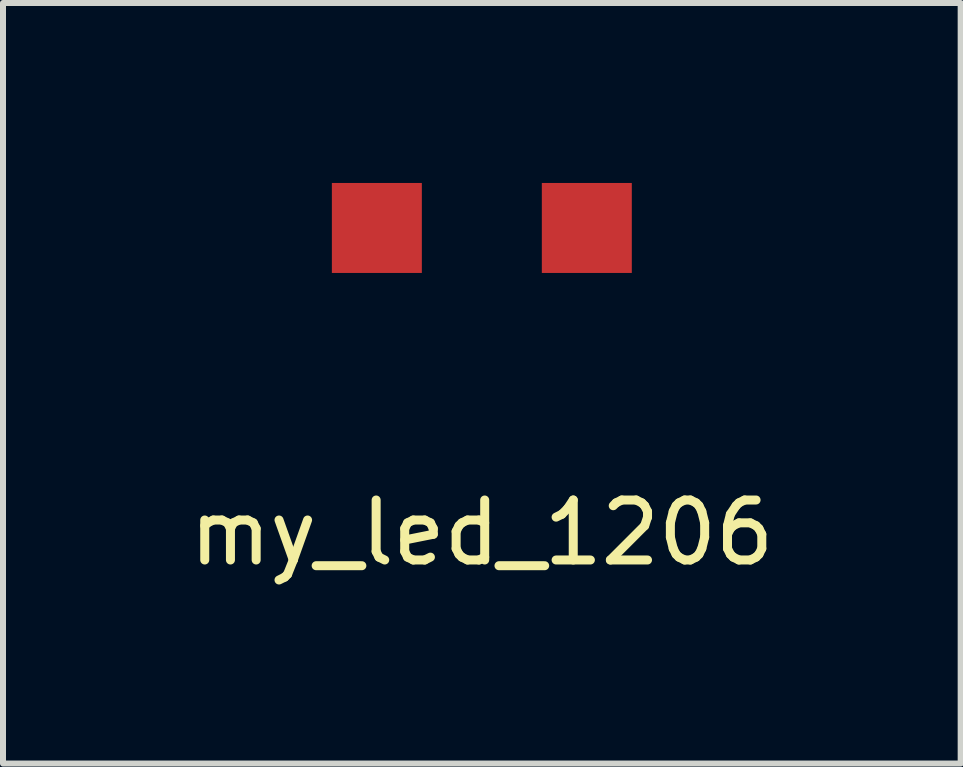
<source format=kicad_pcb>
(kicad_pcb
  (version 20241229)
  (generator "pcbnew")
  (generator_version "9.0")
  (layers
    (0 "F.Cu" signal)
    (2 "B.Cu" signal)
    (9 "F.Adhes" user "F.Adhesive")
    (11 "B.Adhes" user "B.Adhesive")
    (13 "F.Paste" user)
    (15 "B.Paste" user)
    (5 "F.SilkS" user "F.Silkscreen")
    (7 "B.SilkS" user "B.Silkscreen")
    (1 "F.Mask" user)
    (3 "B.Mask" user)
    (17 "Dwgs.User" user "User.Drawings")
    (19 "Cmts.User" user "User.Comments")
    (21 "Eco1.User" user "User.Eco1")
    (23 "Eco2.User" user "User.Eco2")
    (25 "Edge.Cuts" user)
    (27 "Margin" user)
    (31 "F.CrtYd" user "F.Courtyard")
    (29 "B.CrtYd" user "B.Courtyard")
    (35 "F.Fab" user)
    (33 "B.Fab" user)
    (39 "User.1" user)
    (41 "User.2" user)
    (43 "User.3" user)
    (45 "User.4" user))
  (footprint "my_led_1206"
    (layer "F.Cu")
    (at 4.982 0.75)
    (property "Reference" "my_led_1206" (at 0 5.08 0) (layer "F.SilkS") (effects (font (size 1 1) (thickness 0.15))))
    (attr through_hole)
    (pad "1" smd rect (at -1.75 0) (size 1.5 1.5) (layers "F.Cu" "F.Mask" "F.Paste"))
    (pad "2" smd rect (at 1.75 0) (size 1.5 1.5) (layers "F.Cu" "F.Mask" "F.Paste")))
  (gr_rect
    (start -3 -3)
    (end 12.964 9.678)
    (stroke (width 0.1) (type default))
    (fill no)
    (layer "Edge.Cuts")))
</source>
